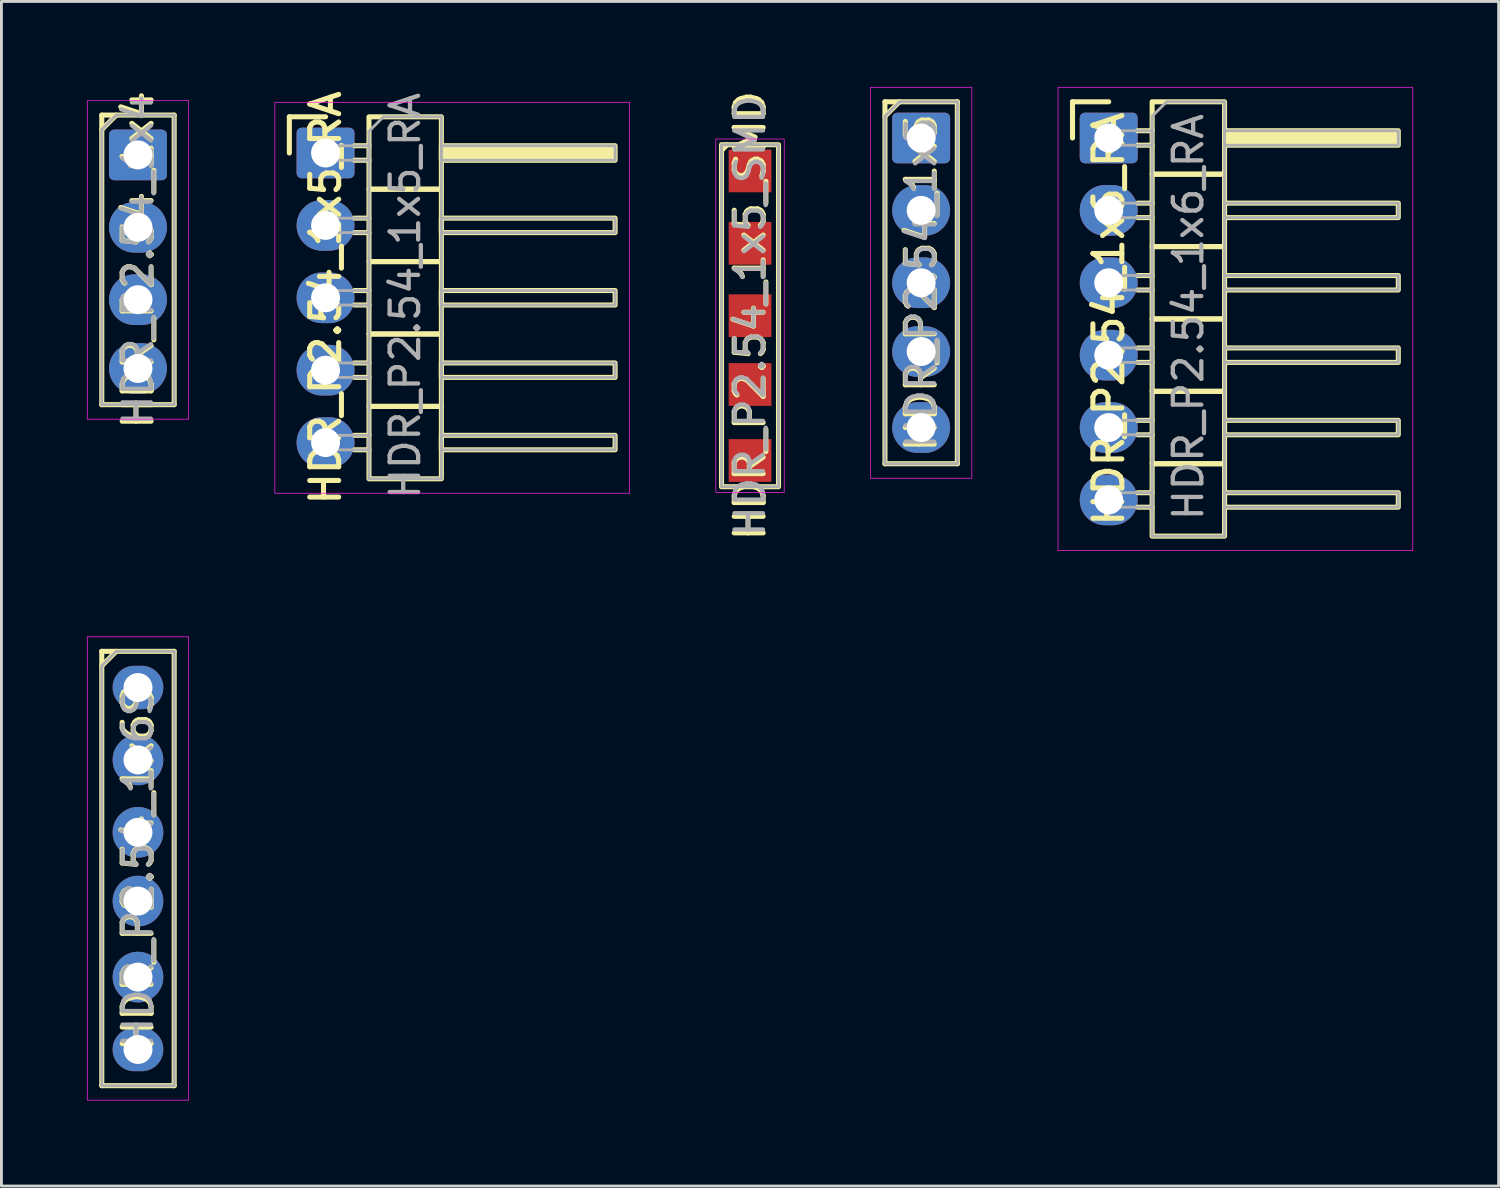
<source format=kicad_pcb>
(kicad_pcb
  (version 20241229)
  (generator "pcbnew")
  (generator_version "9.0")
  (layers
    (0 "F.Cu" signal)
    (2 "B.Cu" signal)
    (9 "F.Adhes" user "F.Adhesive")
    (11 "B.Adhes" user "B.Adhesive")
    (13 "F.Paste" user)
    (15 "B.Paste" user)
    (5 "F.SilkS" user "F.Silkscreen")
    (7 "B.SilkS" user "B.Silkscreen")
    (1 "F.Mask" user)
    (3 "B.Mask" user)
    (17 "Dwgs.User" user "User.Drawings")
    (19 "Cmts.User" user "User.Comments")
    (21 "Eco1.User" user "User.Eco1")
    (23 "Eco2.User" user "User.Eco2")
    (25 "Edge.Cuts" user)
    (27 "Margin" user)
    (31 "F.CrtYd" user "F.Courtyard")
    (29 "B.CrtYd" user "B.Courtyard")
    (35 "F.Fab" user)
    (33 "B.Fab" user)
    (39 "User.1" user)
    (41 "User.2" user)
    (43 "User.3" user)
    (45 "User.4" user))
  (footprint "HDR_P2.54_1x6S"
    (layer "F.Cu")
    (at 1.791 27.422)
    (property "Reference" "HDR_P2.54_1x6S" (at 0 0 90) (layer "F.SilkS") (effects (font (size 1.016 1.016) (thickness 0.178))))
    (attr through_hole)
    (fp_line (start -1.27 -7.62) (end -1.27 7.62) (stroke (width 0.178) (type solid)) (layer "F.SilkS"))
    (fp_line (start -1.27 -7.62) (end 1.27 -7.62) (stroke (width 0.178) (type solid)) (layer "F.SilkS"))
    (fp_line (start -1.27 -7.112) (end -0.762 -7.62) (stroke (width 0.178) (type solid)) (layer "F.SilkS"))
    (fp_line (start -1.27 7.62) (end 1.27 7.62) (stroke (width 0.178) (type solid)) (layer "F.SilkS"))
    (fp_line (start 1.27 -7.62) (end 1.27 7.62) (stroke (width 0.178) (type solid)) (layer "F.SilkS"))
    (fp_rect (start -1.778 -8.128) (end 1.778 8.128) (stroke (width 0.025) (type solid)) (fill no) (layer "F.CrtYd"))
    (fp_line (start -1.27 -7.112) (end -0.762 -7.62) (stroke (width 0.1) (type solid)) (layer "F.Fab"))
    (fp_line (start -1.27 7.62) (end -1.27 -7.112) (stroke (width 0.1) (type solid)) (layer "F.Fab"))
    (fp_line (start -0.762 -7.62) (end 1.27 -7.62) (stroke (width 0.1) (type solid)) (layer "F.Fab"))
    (fp_line (start 1.27 -7.62) (end 1.27 7.62) (stroke (width 0.1) (type solid)) (layer "F.Fab"))
    (fp_line (start 1.27 7.62) (end -1.27 7.62) (stroke (width 0.1) (type solid)) (layer "F.Fab"))
    (fp_text user "${REFERENCE}" (at 0 0 90) (layer "F.Fab") (effects (font (size 1 1) (thickness 0.15))))
    (pad "1" thru_hole oval (at 0 -6.35) (size 1.778 1.524) (drill 1.016) (layers "*.Cu" "*.Mask"))
    (pad "2" thru_hole circle (at 0 -3.81) (size 1.778 1.778) (drill 1.016) (layers "*.Cu" "*.Mask"))
    (pad "3" thru_hole circle (at 0 -1.27) (size 1.778 1.778) (drill 1.016) (layers "*.Cu" "*.Mask"))
    (pad "4" thru_hole circle (at 0 1.143) (size 1.778 1.778) (drill 1.016) (layers "*.Cu" "*.Mask"))
    (pad "5" thru_hole circle (at 0 3.81) (size 1.778 1.778) (drill 1.016) (layers "*.Cu" "*.Mask"))
    (pad "6" thru_hole oval (at 0 6.35) (size 1.778 1.524) (drill 1.016) (layers "*.Cu" "*.Mask")))
  (footprint "HDR_P2.54_1x5"
    (layer "F.Cu")
    (at 29.269 6.871)
    (property "Reference" "HDR_P2.54_1x5" (at 0 0 90) (layer "F.SilkS") (effects (font (size 1.016 1.016) (thickness 0.178))))
    (attr through_hole)
    (fp_line (start -1.27 -6.35) (end -1.27 6.35) (stroke (width 0.178) (type solid)) (layer "F.SilkS"))
    (fp_line (start -1.27 -6.35) (end 1.27 -6.35) (stroke (width 0.178) (type solid)) (layer "F.SilkS"))
    (fp_line (start -1.27 -5.842) (end -0.762 -6.35) (stroke (width 0.178) (type solid)) (layer "F.SilkS"))
    (fp_line (start -1.27 6.35) (end 1.27 6.35) (stroke (width 0.178) (type solid)) (layer "F.SilkS"))
    (fp_line (start 1.27 -6.35) (end 1.27 6.35) (stroke (width 0.178) (type solid)) (layer "F.SilkS"))
    (fp_rect (start -1.778 -6.858) (end 1.778 6.858) (stroke (width 0.025) (type solid)) (fill no) (layer "F.CrtYd"))
    (fp_line (start -1.27 -5.842) (end -0.762 -6.35) (stroke (width 0.1) (type solid)) (layer "F.Fab"))
    (fp_line (start -1.27 6.35) (end -1.27 -5.842) (stroke (width 0.1) (type solid)) (layer "F.Fab"))
    (fp_line (start -0.762 -6.35) (end 1.27 -6.35) (stroke (width 0.1) (type solid)) (layer "F.Fab"))
    (fp_line (start 1.27 -6.35) (end 1.27 6.35) (stroke (width 0.1) (type solid)) (layer "F.Fab"))
    (fp_line (start 1.27 6.35) (end -1.27 6.35) (stroke (width 0.1) (type solid)) (layer "F.Fab"))
    (fp_text user "${REFERENCE}" (at 0 0 90) (layer "F.Fab") (effects (font (size 1 1) (thickness 0.15))))
    (pad "1" thru_hole roundrect (at 0 -5.08) (size 2.032 1.778) (drill 1.016) (layers "*.Cu" "*.Mask") (roundrect_rratio 0.1))
    (pad "2" thru_hole oval (at 0 -2.54) (size 2.032 1.778) (drill 1.016) (layers "*.Cu" "*.Mask"))
    (pad "3" thru_hole oval (at 0 0) (size 2.032 1.778) (drill 1.016) (layers "*.Cu" "*.Mask"))
    (pad "4" thru_hole oval (at 0 2.413) (size 2.032 1.778) (drill 1.016) (layers "*.Cu" "*.Mask"))
    (pad "5" thru_hole oval (at 0 5.08) (size 2.032 1.778) (drill 1.016) (layers "*.Cu" "*.Mask")))
  (footprint "HDR_P2.54_1x5_RA"
    (layer "F.Cu")
    (at 8.372 7.398)
    (property "Reference" "HDR_P2.54_1x5_RA" (at 0 0 90) (layer "F.SilkS") (effects (font (size 1.016 1.016) (thickness 0.178))))
    (attr through_hole)
    (fp_line (start -1.27 -6.35) (end 0 -6.35) (stroke (width 0.178) (type solid)) (layer "F.SilkS"))
    (fp_line (start -1.27 -5.08) (end -1.27 -6.35) (stroke (width 0.178) (type solid)) (layer "F.SilkS"))
    (fp_line (start 1.016 -5.334) (end 1.524 -5.334) (stroke (width 0.178) (type solid)) (layer "F.SilkS"))
    (fp_line (start 1.016 -4.826) (end 1.524 -4.826) (stroke (width 0.178) (type solid)) (layer "F.SilkS"))
    (fp_line (start 1.016 -2.794) (end 1.524 -2.794) (stroke (width 0.178) (type solid)) (layer "F.SilkS"))
    (fp_line (start 1.016 -2.286) (end 1.524 -2.286) (stroke (width 0.178) (type solid)) (layer "F.SilkS"))
    (fp_line (start 1.016 -0.254) (end 1.524 -0.254) (stroke (width 0.178) (type solid)) (layer "F.SilkS"))
    (fp_line (start 1.016 0.254) (end 1.524 0.254) (stroke (width 0.178) (type solid)) (layer "F.SilkS"))
    (fp_line (start 1.016 2.286) (end 1.524 2.286) (stroke (width 0.178) (type solid)) (layer "F.SilkS"))
    (fp_line (start 1.016 2.794) (end 1.524 2.794) (stroke (width 0.178) (type solid)) (layer "F.SilkS"))
    (fp_line (start 1.016 4.826) (end 1.524 4.826) (stroke (width 0.178) (type solid)) (layer "F.SilkS"))
    (fp_line (start 1.016 5.334) (end 1.524 5.334) (stroke (width 0.178) (type solid)) (layer "F.SilkS"))
    (fp_rect (start 1.524 -3.81) (end 4.064 -6.35) (stroke (width 0.178) (type solid)) (fill no) (layer "F.SilkS"))
    (fp_rect (start 1.524 -1.27) (end 4.064 -3.81) (stroke (width 0.178) (type solid)) (fill no) (layer "F.SilkS"))
    (fp_rect (start 1.524 1.27) (end 4.064 -1.27) (stroke (width 0.178) (type solid)) (fill no) (layer "F.SilkS"))
    (fp_rect (start 1.524 3.81) (end 4.064 1.27) (stroke (width 0.178) (type solid)) (fill no) (layer "F.SilkS"))
    (fp_rect (start 1.524 6.35) (end 4.064 3.81) (stroke (width 0.178) (type solid)) (fill no) (layer "F.SilkS"))
    (fp_rect (start 4.064 -5.334) (end 10.16 -4.826) (stroke (width 0.178) (type solid)) (fill yes) (layer "F.SilkS"))
    (fp_rect (start 4.064 -2.794) (end 10.16 -2.286) (stroke (width 0.178) (type solid)) (fill no) (layer "F.SilkS"))
    (fp_rect (start 4.064 -0.254) (end 10.16 0.254) (stroke (width 0.178) (type solid)) (fill no) (layer "F.SilkS"))
    (fp_rect (start 4.064 2.286) (end 10.16 2.794) (stroke (width 0.178) (type solid)) (fill no) (layer "F.SilkS"))
    (fp_rect (start 4.064 4.826) (end 10.16 5.334) (stroke (width 0.178) (type solid)) (fill no) (layer "F.SilkS"))
    (fp_rect (start -1.778 -6.858) (end 10.668 6.858) (stroke (width 0.025) (type solid)) (fill no) (layer "F.CrtYd"))
    (fp_line (start 1.524 -5.842) (end 2.032 -6.35) (stroke (width 0.1) (type solid)) (layer "F.Fab"))
    (fp_line (start 1.524 6.35) (end 1.524 -5.842) (stroke (width 0.1) (type solid)) (layer "F.Fab"))
    (fp_line (start 2.032 -6.35) (end 4.064 -6.35) (stroke (width 0.1) (type solid)) (layer "F.Fab"))
    (fp_line (start 4.064 -6.35) (end 4.064 6.35) (stroke (width 0.1) (type solid)) (layer "F.Fab"))
    (fp_line (start 4.064 6.35) (end 1.524 6.35) (stroke (width 0.1) (type solid)) (layer "F.Fab"))
    (fp_rect (start -0.254 -5.334) (end 1.524 -4.826) (stroke (width 0.1) (type solid)) (fill no) (layer "F.Fab"))
    (fp_rect (start -0.254 -2.794) (end 1.524 -2.286) (stroke (width 0.1) (type solid)) (fill no) (layer "F.Fab"))
    (fp_rect (start -0.254 0.254) (end 1.524 -0.254) (stroke (width 0.1) (type solid)) (fill no) (layer "F.Fab"))
    (fp_rect (start -0.254 2.286) (end 1.524 2.794) (stroke (width 0.1) (type solid)) (fill no) (layer "F.Fab"))
    (fp_rect (start -0.254 4.826) (end 1.524 5.334) (stroke (width 0.1) (type solid)) (fill no) (layer "F.Fab"))
    (fp_rect (start 4.064 -5.334) (end 10.16 -4.826) (stroke (width 0.1) (type solid)) (fill no) (layer "F.Fab"))
    (fp_rect (start 4.064 -2.794) (end 10.16 -2.286) (stroke (width 0.1) (type solid)) (fill no) (layer "F.Fab"))
    (fp_rect (start 4.064 -0.254) (end 10.16 0.254) (stroke (width 0.1) (type solid)) (fill no) (layer "F.Fab"))
    (fp_rect (start 4.064 2.286) (end 10.16 2.794) (stroke (width 0.1) (type solid)) (fill no) (layer "F.Fab"))
    (fp_rect (start 4.064 5.334) (end 10.16 4.826) (stroke (width 0.1) (type solid)) (fill no) (layer "F.Fab"))
    (fp_text user "${REFERENCE}" (at 2.794 -0.066 90) (layer "F.Fab") (effects (font (size 1 1) (thickness 0.15))))
    (pad "1" thru_hole roundrect (at 0 -5.08) (size 2.032 1.778) (drill 1.016) (layers "*.Cu" "*.Mask") (roundrect_rratio 0.1))
    (pad "2" thru_hole oval (at 0 -2.54) (size 2.032 1.778) (drill 1.016) (layers "*.Cu" "*.Mask"))
    (pad "3" thru_hole oval (at 0 0) (size 2.032 1.778) (drill 1.016) (layers "*.Cu" "*.Mask"))
    (pad "4" thru_hole oval (at 0 2.54) (size 2.032 1.778) (drill 1.016) (layers "*.Cu" "*.Mask"))
    (pad "5" thru_hole oval (at 0 5.08) (size 2.032 1.778) (drill 1.016) (layers "*.Cu" "*.Mask")))
  (footprint "HDR_P2.54_1x5_SMD"
    (layer "F.Cu")
    (at 23.265 8.027)
    (property "Reference" "HDR_P2.54_1x5_SMD" (at 0 0 90) (layer "F.SilkS") (effects (font (size 1.016 1.016) (thickness 0.178))))
    (attr smd)
    (fp_line (start -1 -5.8) (end -0.8 -6) (stroke (width 0.178) (type solid)) (layer "F.SilkS"))
    (fp_rect (start -1 -6) (end 1 6) (stroke (width 0.178) (type solid)) (fill no) (layer "F.SilkS"))
    (fp_rect (start -1.2 -6.2) (end 1.2 6.2) (stroke (width 0.025) (type solid)) (fill no) (layer "F.CrtYd"))
    (fp_rect (start -1 6) (end 1 -6) (stroke (width 0.1) (type solid)) (fill no) (layer "F.Fab"))
    (fp_text user "${REFERENCE}" (at 0 0 90) (layer "F.Fab") (effects (font (size 1 1) (thickness 0.15))))
    (pad "1" smd rect (at 0 -5.08) (size 1.5 1.5) (layers "F.Cu" "F.Mask" "F.Paste"))
    (pad "2" smd rect (at 0 -2.54) (size 1.5 1.5) (layers "F.Cu" "F.Mask" "F.Paste"))
    (pad "3" smd rect (at 0 0) (size 1.5 1.5) (layers "F.Cu" "F.Mask" "F.Paste"))
    (pad "4" smd rect (at 0 2.413) (size 1.5 1.5) (layers "F.Cu" "F.Mask" "F.Paste"))
    (pad "5" smd rect (at 0 5.08) (size 1.5 1.5) (layers "F.Cu" "F.Mask" "F.Paste")))
  (footprint "HDR_P2.54_1x4"
    (layer "F.Cu")
    (at 1.791 6.068)
    (property "Reference" "HDR_P2.54_1x4" (at 0 0 90) (layer "F.SilkS") (effects (font (size 1.016 1.016) (thickness 0.178))))
    (attr through_hole)
    (fp_line (start -1.27 -5.08) (end -1.27 5.08) (stroke (width 0.178) (type solid)) (layer "F.SilkS"))
    (fp_line (start -1.27 -5.08) (end 1.27 -5.08) (stroke (width 0.178) (type solid)) (layer "F.SilkS"))
    (fp_line (start -1.27 -4.572) (end -0.762 -5.08) (stroke (width 0.178) (type solid)) (layer "F.SilkS"))
    (fp_line (start -1.27 5.08) (end 1.27 5.08) (stroke (width 0.178) (type solid)) (layer "F.SilkS"))
    (fp_line (start 1.27 -5.08) (end 1.27 5.08) (stroke (width 0.178) (type solid)) (layer "F.SilkS"))
    (fp_rect (start -1.778 -5.588) (end 1.778 5.588) (stroke (width 0.025) (type solid)) (fill no) (layer "F.CrtYd"))
    (fp_line (start -1.27 -4.572) (end -0.762 -5.08) (stroke (width 0.1) (type solid)) (layer "F.Fab"))
    (fp_line (start -1.27 5.08) (end -1.27 -4.572) (stroke (width 0.1) (type solid)) (layer "F.Fab"))
    (fp_line (start -0.762 -5.08) (end 1.27 -5.08) (stroke (width 0.1) (type solid)) (layer "F.Fab"))
    (fp_line (start 1.27 -5.08) (end 1.27 5.08) (stroke (width 0.1) (type solid)) (layer "F.Fab"))
    (fp_line (start 1.27 5.08) (end -1.27 5.08) (stroke (width 0.1) (type solid)) (layer "F.Fab"))
    (fp_text user "${REFERENCE}" (at 0 0 90) (layer "F.Fab") (effects (font (size 1 1) (thickness 0.15))))
    (pad "1" thru_hole roundrect (at 0 -3.683) (size 2.032 1.778) (drill 1.016) (layers "*.Cu" "*.Mask") (roundrect_rratio 0.1))
    (pad "2" thru_hole oval (at 0 -1.143) (size 2.032 1.778) (drill 1.016) (layers "*.Cu" "*.Mask"))
    (pad "3" thru_hole oval (at 0 1.397) (size 2.032 1.778) (drill 1.016) (layers "*.Cu" "*.Mask"))
    (pad "4" thru_hole oval (at 0 3.81) (size 2.032 1.778) (drill 1.016) (layers "*.Cu" "*.Mask")))
  (footprint "HDR_P2.54_1x6_RA"
    (layer "F.Cu")
    (at 35.85 8.141)
    (property "Reference" "HDR_P2.54_1x6_RA" (at 0 0 90) (layer "F.SilkS") (effects (font (size 1.016 1.016) (thickness 0.178))))
    (attr through_hole)
    (fp_line (start -1.27 -7.62) (end 0 -7.62) (stroke (width 0.178) (type solid)) (layer "F.SilkS"))
    (fp_line (start -1.27 -6.35) (end -1.27 -7.62) (stroke (width 0.178) (type solid)) (layer "F.SilkS"))
    (fp_line (start 1.016 -6.604) (end 1.524 -6.604) (stroke (width 0.178) (type solid)) (layer "F.SilkS"))
    (fp_line (start 1.016 -6.096) (end 1.524 -6.096) (stroke (width 0.178) (type solid)) (layer "F.SilkS"))
    (fp_line (start 1.016 -4.064) (end 1.524 -4.064) (stroke (width 0.178) (type solid)) (layer "F.SilkS"))
    (fp_line (start 1.016 -3.556) (end 1.524 -3.556) (stroke (width 0.178) (type solid)) (layer "F.SilkS"))
    (fp_line (start 1.016 -1.524) (end 1.524 -1.524) (stroke (width 0.178) (type solid)) (layer "F.SilkS"))
    (fp_line (start 1.016 -1.016) (end 1.524 -1.016) (stroke (width 0.178) (type solid)) (layer "F.SilkS"))
    (fp_line (start 1.016 1.016) (end 1.524 1.016) (stroke (width 0.178) (type solid)) (layer "F.SilkS"))
    (fp_line (start 1.016 1.524) (end 1.524 1.524) (stroke (width 0.178) (type solid)) (layer "F.SilkS"))
    (fp_line (start 1.016 3.556) (end 1.524 3.556) (stroke (width 0.178) (type solid)) (layer "F.SilkS"))
    (fp_line (start 1.016 4.064) (end 1.524 4.064) (stroke (width 0.178) (type solid)) (layer "F.SilkS"))
    (fp_line (start 1.016 6.096) (end 1.524 6.096) (stroke (width 0.178) (type solid)) (layer "F.SilkS"))
    (fp_line (start 1.016 6.604) (end 1.524 6.604) (stroke (width 0.178) (type solid)) (layer "F.SilkS"))
    (fp_rect (start 1.524 -5.08) (end 4.064 -7.62) (stroke (width 0.178) (type solid)) (fill no) (layer "F.SilkS"))
    (fp_rect (start 1.524 -2.54) (end 4.064 -5.08) (stroke (width 0.178) (type solid)) (fill no) (layer "F.SilkS"))
    (fp_rect (start 1.524 0) (end 4.064 -2.54) (stroke (width 0.178) (type solid)) (fill no) (layer "F.SilkS"))
    (fp_rect (start 1.524 2.54) (end 4.064 0) (stroke (width 0.178) (type solid)) (fill no) (layer "F.SilkS"))
    (fp_rect (start 1.524 5.08) (end 4.064 2.54) (stroke (width 0.178) (type solid)) (fill no) (layer "F.SilkS"))
    (fp_rect (start 1.524 7.62) (end 4.064 5.08) (stroke (width 0.178) (type solid)) (fill no) (layer "F.SilkS"))
    (fp_rect (start 4.064 -6.604) (end 10.16 -6.096) (stroke (width 0.178) (type solid)) (fill yes) (layer "F.SilkS"))
    (fp_rect (start 4.064 -4.064) (end 10.16 -3.556) (stroke (width 0.178) (type solid)) (fill no) (layer "F.SilkS"))
    (fp_rect (start 4.064 -1.524) (end 10.16 -1.016) (stroke (width 0.178) (type solid)) (fill no) (layer "F.SilkS"))
    (fp_rect (start 4.064 1.016) (end 10.16 1.524) (stroke (width 0.178) (type solid)) (fill no) (layer "F.SilkS"))
    (fp_rect (start 4.064 3.556) (end 10.16 4.064) (stroke (width 0.178) (type solid)) (fill no) (layer "F.SilkS"))
    (fp_rect (start 4.064 6.096) (end 10.16 6.604) (stroke (width 0.178) (type solid)) (fill no) (layer "F.SilkS"))
    (fp_rect (start -1.778 -8.128) (end 10.668 8.128) (stroke (width 0.025) (type solid)) (fill no) (layer "F.CrtYd"))
    (fp_line (start 1.524 -7.112) (end 2.032 -7.62) (stroke (width 0.1) (type solid)) (layer "F.Fab"))
    (fp_line (start 1.524 7.62) (end 1.524 -7.112) (stroke (width 0.1) (type solid)) (layer "F.Fab"))
    (fp_line (start 2.032 -7.62) (end 4.064 -7.62) (stroke (width 0.1) (type solid)) (layer "F.Fab"))
    (fp_line (start 4.064 -7.62) (end 4.064 7.62) (stroke (width 0.1) (type solid)) (layer "F.Fab"))
    (fp_line (start 4.064 7.62) (end 1.524 7.62) (stroke (width 0.1) (type solid)) (layer "F.Fab"))
    (fp_rect (start -0.254 -6.604) (end 1.524 -6.096) (stroke (width 0.1) (type solid)) (fill no) (layer "F.Fab"))
    (fp_rect (start -0.254 -4.064) (end 1.524 -3.556) (stroke (width 0.1) (type solid)) (fill no) (layer "F.Fab"))
    (fp_rect (start -0.254 -1.524) (end 1.524 -1.016) (stroke (width 0.1) (type solid)) (fill no) (layer "F.Fab"))
    (fp_rect (start -0.254 1.524) (end 1.524 1.016) (stroke (width 0.1) (type solid)) (fill no) (layer "F.Fab"))
    (fp_rect (start -0.254 3.556) (end 1.524 4.064) (stroke (width 0.1) (type solid)) (fill no) (layer "F.Fab"))
    (fp_rect (start -0.254 6.604) (end 1.524 6.096) (stroke (width 0.1) (type solid)) (fill no) (layer "F.Fab"))
    (fp_rect (start 4.064 -6.604) (end 10.16 -6.096) (stroke (width 0.1) (type solid)) (fill no) (layer "F.Fab"))
    (fp_rect (start 4.064 -4.064) (end 10.16 -3.556) (stroke (width 0.1) (type solid)) (fill no) (layer "F.Fab"))
    (fp_rect (start 4.064 -1.524) (end 10.16 -1.016) (stroke (width 0.1) (type solid)) (fill no) (layer "F.Fab"))
    (fp_rect (start 4.064 1.016) (end 10.16 1.524) (stroke (width 0.1) (type solid)) (fill no) (layer "F.Fab"))
    (fp_rect (start 4.064 3.556) (end 10.16 4.064) (stroke (width 0.1) (type solid)) (fill no) (layer "F.Fab"))
    (fp_rect (start 4.064 6.096) (end 10.16 6.604) (stroke (width 0.1) (type solid)) (fill no) (layer "F.Fab"))
    (fp_text user "${REFERENCE}" (at 2.794 -0.066 90) (layer "F.Fab") (effects (font (size 1 1) (thickness 0.15))))
    (pad "1" thru_hole roundrect (at 0 -6.35) (size 2.032 1.778) (drill 1.016) (layers "*.Cu" "*.Mask") (roundrect_rratio 0.1))
    (pad "2" thru_hole oval (at 0 -3.81) (size 2.032 1.778) (drill 1.016) (layers "*.Cu" "*.Mask"))
    (pad "3" thru_hole oval (at 0 -1.27) (size 2.032 1.778) (drill 1.016) (layers "*.Cu" "*.Mask"))
    (pad "4" thru_hole oval (at 0 1.27) (size 2.032 1.778) (drill 1.016) (layers "*.Cu" "*.Mask"))
    (pad "5" thru_hole oval (at 0 3.81) (size 2.032 1.778) (drill 1.016) (layers "*.Cu" "*.Mask"))
    (pad "6" thru_hole oval (at 0 6.35) (size 2.032 1.778) (drill 1.016) (layers "*.Cu" "*.Mask")))
  (gr_rect
    (start -3 -3)
    (end 49.531 38.563)
    (stroke (width 0.1) (type default))
    (fill no)
    (layer "Edge.Cuts")))
</source>
